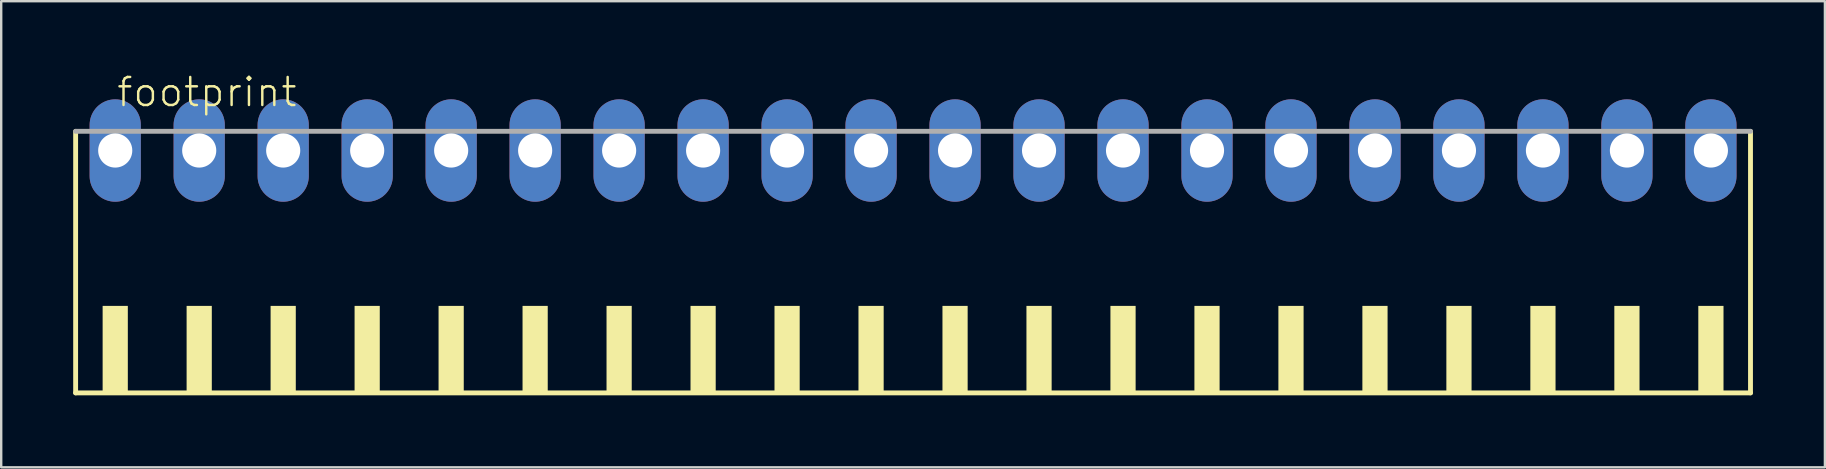
<source format=kicad_pcb>
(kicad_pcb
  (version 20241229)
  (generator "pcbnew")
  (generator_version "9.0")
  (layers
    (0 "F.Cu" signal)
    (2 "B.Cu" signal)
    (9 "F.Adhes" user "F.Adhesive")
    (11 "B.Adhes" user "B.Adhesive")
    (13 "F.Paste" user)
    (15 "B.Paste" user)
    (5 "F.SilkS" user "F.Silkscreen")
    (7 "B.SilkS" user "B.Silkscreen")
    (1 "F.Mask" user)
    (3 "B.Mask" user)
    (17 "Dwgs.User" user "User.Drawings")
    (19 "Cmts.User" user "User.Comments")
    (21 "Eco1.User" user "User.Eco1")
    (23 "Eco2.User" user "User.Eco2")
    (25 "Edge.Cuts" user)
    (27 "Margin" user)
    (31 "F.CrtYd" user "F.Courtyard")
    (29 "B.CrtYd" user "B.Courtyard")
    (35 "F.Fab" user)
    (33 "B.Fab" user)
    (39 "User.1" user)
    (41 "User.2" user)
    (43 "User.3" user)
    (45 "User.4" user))
  (footprint "footprint"
    (layer "F.Cu")
    (at 35.002 8.473)
    (property "Reference" "footprint" (at -33.25 -7 0) (layer "F.SilkS") (effects (font (size 1.168 1.168) (thickness 0.102)) (justify left bottom)))
    (fp_line (start -34.9 -6.05) (end -34.9 4.85) (stroke (width 0.203) (type solid)) (layer "F.SilkS"))
    (fp_line (start -34.9 4.85) (end 34.9 4.85) (stroke (width 0.203) (type solid)) (layer "F.SilkS"))
    (fp_line (start 34.9 4.85) (end 34.9 -6.05) (stroke (width 0.203) (type solid)) (layer "F.SilkS"))
    (fp_poly (pts (xy -33.775 4.9) (xy -32.725 4.9) (xy -32.725 1.225) (xy -33.775 1.225)) (stroke (width 0) (type solid)) (fill yes) (layer "F.SilkS"))
    (fp_poly (pts (xy -30.275 4.9) (xy -29.225 4.9) (xy -29.225 1.225) (xy -30.275 1.225)) (stroke (width 0) (type solid)) (fill yes) (layer "F.SilkS"))
    (fp_poly (pts (xy -26.775 4.9) (xy -25.725 4.9) (xy -25.725 1.225) (xy -26.775 1.225)) (stroke (width 0) (type solid)) (fill yes) (layer "F.SilkS"))
    (fp_poly (pts (xy -23.275 4.9) (xy -22.225 4.9) (xy -22.225 1.225) (xy -23.275 1.225)) (stroke (width 0) (type solid)) (fill yes) (layer "F.SilkS"))
    (fp_poly (pts (xy -19.775 4.9) (xy -18.725 4.9) (xy -18.725 1.225) (xy -19.775 1.225)) (stroke (width 0) (type solid)) (fill yes) (layer "F.SilkS"))
    (fp_poly (pts (xy -16.275 4.9) (xy -15.225 4.9) (xy -15.225 1.225) (xy -16.275 1.225)) (stroke (width 0) (type solid)) (fill yes) (layer "F.SilkS"))
    (fp_poly (pts (xy -12.775 4.9) (xy -11.725 4.9) (xy -11.725 1.225) (xy -12.775 1.225)) (stroke (width 0) (type solid)) (fill yes) (layer "F.SilkS"))
    (fp_poly (pts (xy -9.275 4.9) (xy -8.225 4.9) (xy -8.225 1.225) (xy -9.275 1.225)) (stroke (width 0) (type solid)) (fill yes) (layer "F.SilkS"))
    (fp_poly (pts (xy -5.775 4.9) (xy -4.725 4.9) (xy -4.725 1.225) (xy -5.775 1.225)) (stroke (width 0) (type solid)) (fill yes) (layer "F.SilkS"))
    (fp_poly (pts (xy -2.275 4.9) (xy -1.225 4.9) (xy -1.225 1.225) (xy -2.275 1.225)) (stroke (width 0) (type solid)) (fill yes) (layer "F.SilkS"))
    (fp_poly (pts (xy 1.225 4.9) (xy 2.275 4.9) (xy 2.275 1.225) (xy 1.225 1.225)) (stroke (width 0) (type solid)) (fill yes) (layer "F.SilkS"))
    (fp_poly (pts (xy 4.725 4.9) (xy 5.775 4.9) (xy 5.775 1.225) (xy 4.725 1.225)) (stroke (width 0) (type solid)) (fill yes) (layer "F.SilkS"))
    (fp_poly (pts (xy 8.225 4.9) (xy 9.275 4.9) (xy 9.275 1.225) (xy 8.225 1.225)) (stroke (width 0) (type solid)) (fill yes) (layer "F.SilkS"))
    (fp_poly (pts (xy 11.725 4.9) (xy 12.775 4.9) (xy 12.775 1.225) (xy 11.725 1.225)) (stroke (width 0) (type solid)) (fill yes) (layer "F.SilkS"))
    (fp_poly (pts (xy 15.225 4.9) (xy 16.275 4.9) (xy 16.275 1.225) (xy 15.225 1.225)) (stroke (width 0) (type solid)) (fill yes) (layer "F.SilkS"))
    (fp_poly (pts (xy 18.725 4.9) (xy 19.775 4.9) (xy 19.775 1.225) (xy 18.725 1.225)) (stroke (width 0) (type solid)) (fill yes) (layer "F.SilkS"))
    (fp_poly (pts (xy 22.225 4.9) (xy 23.275 4.9) (xy 23.275 1.225) (xy 22.225 1.225)) (stroke (width 0) (type solid)) (fill yes) (layer "F.SilkS"))
    (fp_poly (pts (xy 25.725 4.9) (xy 26.775 4.9) (xy 26.775 1.225) (xy 25.725 1.225)) (stroke (width 0) (type solid)) (fill yes) (layer "F.SilkS"))
    (fp_poly (pts (xy 29.225 4.9) (xy 30.275 4.9) (xy 30.275 1.225) (xy 29.225 1.225)) (stroke (width 0) (type solid)) (fill yes) (layer "F.SilkS"))
    (fp_poly (pts (xy 32.725 4.9) (xy 33.775 4.9) (xy 33.775 1.225) (xy 32.725 1.225)) (stroke (width 0) (type solid)) (fill yes) (layer "F.SilkS"))
    (fp_line (start 34.9 -6.05) (end -34.9 -6.05) (stroke (width 0.203) (type solid)) (layer "F.Fab"))
    (pad "1" thru_hole oval (at -33.25 -5.25 90) (size 4.267 2.134) (drill 1.422) (layers "*.Cu" "*.Mask"))
    (pad "2" thru_hole oval (at -29.75 -5.25 90) (size 4.267 2.134) (drill 1.422) (layers "*.Cu" "*.Mask"))
    (pad "3" thru_hole oval (at -26.25 -5.25 90) (size 4.267 2.134) (drill 1.422) (layers "*.Cu" "*.Mask"))
    (pad "4" thru_hole oval (at -22.75 -5.25 90) (size 4.267 2.134) (drill 1.422) (layers "*.Cu" "*.Mask"))
    (pad "5" thru_hole oval (at -19.25 -5.25 90) (size 4.267 2.134) (drill 1.422) (layers "*.Cu" "*.Mask"))
    (pad "6" thru_hole oval (at -15.75 -5.25 90) (size 4.267 2.134) (drill 1.422) (layers "*.Cu" "*.Mask"))
    (pad "7" thru_hole oval (at -12.25 -5.25 90) (size 4.267 2.134) (drill 1.422) (layers "*.Cu" "*.Mask"))
    (pad "8" thru_hole oval (at -8.75 -5.25 90) (size 4.267 2.134) (drill 1.422) (layers "*.Cu" "*.Mask"))
    (pad "9" thru_hole oval (at -5.25 -5.25 90) (size 4.267 2.134) (drill 1.422) (layers "*.Cu" "*.Mask"))
    (pad "10" thru_hole oval (at -1.75 -5.25 90) (size 4.267 2.134) (drill 1.422) (layers "*.Cu" "*.Mask"))
    (pad "11" thru_hole oval (at 1.75 -5.25 90) (size 4.267 2.134) (drill 1.422) (layers "*.Cu" "*.Mask"))
    (pad "12" thru_hole oval (at 5.25 -5.25 90) (size 4.267 2.134) (drill 1.422) (layers "*.Cu" "*.Mask"))
    (pad "13" thru_hole oval (at 8.75 -5.25 90) (size 4.267 2.134) (drill 1.422) (layers "*.Cu" "*.Mask"))
    (pad "14" thru_hole oval (at 12.25 -5.25 90) (size 4.267 2.134) (drill 1.422) (layers "*.Cu" "*.Mask"))
    (pad "15" thru_hole oval (at 15.75 -5.25 90) (size 4.267 2.134) (drill 1.422) (layers "*.Cu" "*.Mask"))
    (pad "16" thru_hole oval (at 19.25 -5.25 90) (size 4.267 2.134) (drill 1.422) (layers "*.Cu" "*.Mask"))
    (pad "17" thru_hole oval (at 22.75 -5.25 90) (size 4.267 2.134) (drill 1.422) (layers "*.Cu" "*.Mask"))
    (pad "18" thru_hole oval (at 26.25 -5.25 90) (size 4.267 2.134) (drill 1.422) (layers "*.Cu" "*.Mask"))
    (pad "19" thru_hole oval (at 29.75 -5.25 90) (size 4.267 2.134) (drill 1.422) (layers "*.Cu" "*.Mask"))
    (pad "20" thru_hole oval (at 33.25 -5.25 90) (size 4.267 2.134) (drill 1.422) (layers "*.Cu" "*.Mask")))
  (gr_rect
    (start -3 -3)
    (end 73.003 16.425)
    (stroke (width 0.1) (type default))
    (fill no)
    (layer "Edge.Cuts")))
</source>
